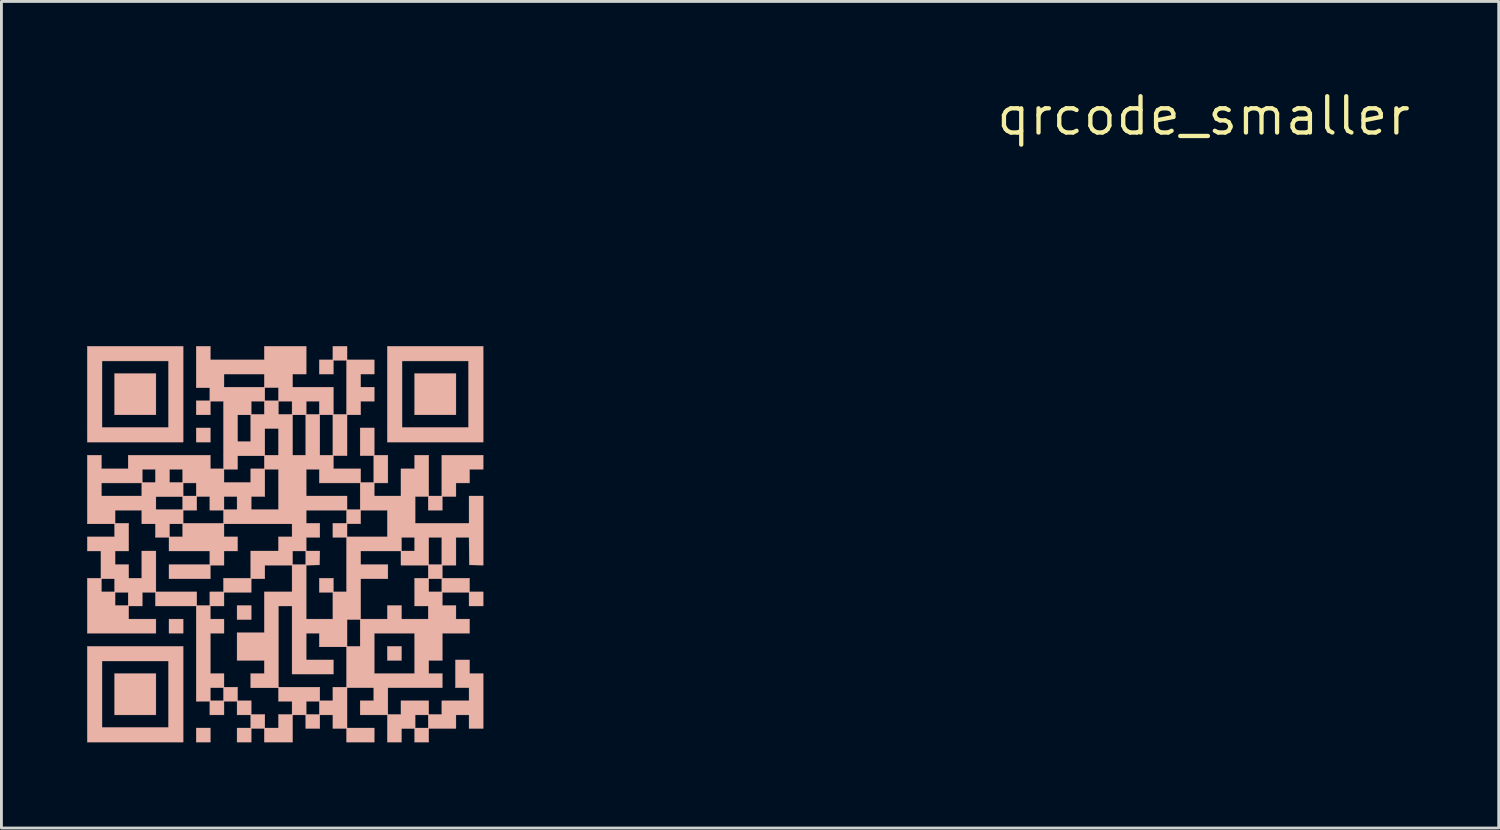
<source format=kicad_pcb>
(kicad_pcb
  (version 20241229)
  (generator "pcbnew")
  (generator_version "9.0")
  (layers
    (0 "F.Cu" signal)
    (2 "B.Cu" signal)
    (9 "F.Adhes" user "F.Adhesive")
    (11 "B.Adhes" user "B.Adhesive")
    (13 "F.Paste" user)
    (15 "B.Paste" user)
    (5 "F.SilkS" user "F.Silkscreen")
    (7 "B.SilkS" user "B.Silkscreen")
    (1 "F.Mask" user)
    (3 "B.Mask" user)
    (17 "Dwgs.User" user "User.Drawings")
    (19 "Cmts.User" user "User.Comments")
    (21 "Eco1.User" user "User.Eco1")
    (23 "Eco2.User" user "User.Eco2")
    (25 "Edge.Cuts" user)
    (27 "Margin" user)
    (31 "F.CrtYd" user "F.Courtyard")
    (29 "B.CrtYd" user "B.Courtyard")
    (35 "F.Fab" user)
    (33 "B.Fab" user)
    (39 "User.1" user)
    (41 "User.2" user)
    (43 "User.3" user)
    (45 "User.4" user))
  (footprint "qrcode_smaller"
    (layer "F.Cu")
    (at 39.057 1.006)
    (property "Reference" "qrcode_smaller" (at 0 0 0) (layer "F.SilkS") (effects (font (size 1.27 1.27) (thickness 0.15))))
    (attr through_hole)
    (fp_poly (pts (xy -36.652 10.458) (xy -38.1 10.458) (xy -38.1 9.011) (xy -36.652 9.011) (xy -36.652 10.458)) (stroke (width 0.01) (type solid)) (fill yes) (layer "B.SilkS"))
    (fp_poly (pts (xy -36.652 20.955) (xy -38.1 20.955) (xy -38.1 19.507) (xy -36.652 19.507) (xy -36.652 20.955)) (stroke (width 0.01) (type solid)) (fill yes) (layer "B.SilkS"))
    (fp_poly (pts (xy -35.7 18.098) (xy -36.195 18.098) (xy -36.195 17.602) (xy -35.7 17.602) (xy -35.7 18.098)) (stroke (width 0.01) (type solid)) (fill yes) (layer "B.SilkS"))
    (fp_poly (pts (xy -34.747 11.411) (xy -35.243 11.411) (xy -35.243 10.916) (xy -34.747 10.916) (xy -34.747 11.411)) (stroke (width 0.01) (type solid)) (fill yes) (layer "B.SilkS"))
    (fp_poly (pts (xy -34.747 21.907) (xy -35.243 21.907) (xy -35.243 21.412) (xy -34.747 21.412) (xy -34.747 21.907)) (stroke (width 0.01) (type solid)) (fill yes) (layer "B.SilkS"))
    (fp_poly (pts (xy -33.318 17.621) (xy -33.814 17.621) (xy -33.814 17.126) (xy -33.318 17.126) (xy -33.318 17.621)) (stroke (width 0.01) (type solid)) (fill yes) (layer "B.SilkS"))
    (fp_poly (pts (xy -28.061 19.05) (xy -28.556 19.05) (xy -28.556 18.555) (xy -28.061 18.555) (xy -28.061 19.05)) (stroke (width 0.01) (type solid)) (fill yes) (layer "B.SilkS"))
    (fp_poly (pts (xy -26.156 10.458) (xy -27.603 10.458) (xy -27.603 9.011) (xy -26.156 9.011) (xy -26.156 10.458)) (stroke (width 0.01) (type solid)) (fill yes) (layer "B.SilkS"))
    (fp_poly (pts (xy -35.7 11.411) (xy -39.053 11.411) (xy -39.053 8.572) (xy -38.538 8.572) (xy -38.538 10.897) (xy -36.214 10.897) (xy -36.214 8.572) (xy -38.538 8.572) (xy -39.053 8.572) (xy -39.053 8.058) (xy -35.7 8.058) (xy -35.7 11.411)) (stroke (width 0.01) (type solid)) (fill yes) (layer "B.SilkS"))
    (fp_poly (pts (xy -35.7 21.907) (xy -39.053 21.907) (xy -39.053 19.069) (xy -38.538 19.069) (xy -38.538 21.393) (xy -36.214 21.393) (xy -36.214 19.069) (xy -38.538 19.069) (xy -39.053 19.069) (xy -39.053 18.555) (xy -35.7 18.555) (xy -35.7 21.907)) (stroke (width 0.01) (type solid)) (fill yes) (layer "B.SilkS"))
    (fp_poly (pts (xy -25.203 11.411) (xy -28.556 11.411) (xy -28.556 8.572) (xy -28.042 8.572) (xy -28.042 10.897) (xy -25.718 10.897) (xy -25.718 8.572) (xy -28.042 8.572) (xy -28.556 8.572) (xy -28.556 8.058) (xy -25.203 8.058) (xy -25.203 11.411)) (stroke (width 0.01) (type solid)) (fill yes) (layer "B.SilkS"))
    (fp_poly (pts (xy -34.747 8.534) (xy -32.861 8.534) (xy -32.861 8.058) (xy -31.394 8.058) (xy -31.394 9.03) (xy -31.871 9.03) (xy -31.871 9.487) (xy -30.442 9.487) (xy -30.442 10.439) (xy -29.985 10.439) (xy -29.985 8.553) (xy -30.442 8.553) (xy -30.442 9.03) (xy -30.937 9.03) (xy -30.937 8.534) (xy -30.461 8.534) (xy -30.461 8.058) (xy -29.966 8.058) (xy -29.966 8.534) (xy -29.013 8.534) (xy -29.013 9.03) (xy -29.489 9.03) (xy -29.489 9.487) (xy -29.013 9.487) (xy -29.013 9.982) (xy -29.489 9.982) (xy -29.489 10.458) (xy -29.966 10.458) (xy -29.966 11.887) (xy -30.442 11.887) (xy -30.442 12.344) (xy -29.489 12.344) (xy -29.489 12.821) (xy -29.032 12.821) (xy -29.032 11.887) (xy -29.508 11.887) (xy -29.508 10.916) (xy -29.013 10.916) (xy -29.013 11.868) (xy -28.537 11.868) (xy -28.537 12.84) (xy -29.013 12.84) (xy -29.013 13.297) (xy -28.08 13.297) (xy -28.08 12.344) (xy -27.603 12.344) (xy -27.603 11.868) (xy -27.108 11.868) (xy -27.108 13.297) (xy -26.651 13.297) (xy -26.651 11.868) (xy -25.203 11.868) (xy -25.203 12.363) (xy -25.679 12.363) (xy -25.679 12.84) (xy -26.156 12.84) (xy -26.156 13.316) (xy -26.632 13.316) (xy -26.632 13.792) (xy -27.127 13.792) (xy -27.127 13.316) (xy -27.584 13.316) (xy -27.584 14.249) (xy -25.698 14.249) (xy -25.698 13.297) (xy -25.203 13.297) (xy -25.203 15.717) (xy -25.689 15.707) (xy -25.694 15.226) (xy -25.699 14.745) (xy -26.156 14.745) (xy -26.156 15.716) (xy -26.632 15.716) (xy -26.632 16.173) (xy -25.679 16.173) (xy -25.679 16.65) (xy -25.203 16.65) (xy -25.203 17.145) (xy -25.698 17.145) (xy -25.698 16.669) (xy -26.632 16.669) (xy -26.632 17.126) (xy -26.156 17.126) (xy -26.156 17.602) (xy -25.679 17.602) (xy -25.679 18.098) (xy -26.632 18.098) (xy -26.632 19.05) (xy -27.108 19.05) (xy -27.108 19.507) (xy -26.632 19.507) (xy -26.632 20.003) (xy -28.537 20.003) (xy -28.537 20.936) (xy -28.08 20.936) (xy -28.08 20.46) (xy -27.108 20.46) (xy -27.108 20.936) (xy -26.651 20.936) (xy -26.651 20.46) (xy -25.698 20.46) (xy -25.698 20.003) (xy -26.175 20.003) (xy -26.175 19.031) (xy -25.679 19.031) (xy -25.679 19.507) (xy -25.203 19.507) (xy -25.203 21.431) (xy -25.698 21.431) (xy -25.698 20.955) (xy -26.156 20.955) (xy -26.156 21.431) (xy -27.108 21.431) (xy -27.108 21.907) (xy -27.603 21.907) (xy -27.603 21.431) (xy -28.061 21.431) (xy -28.061 21.907) (xy -28.556 21.907) (xy -28.556 20.955) (xy -27.584 20.955) (xy -27.584 21.412) (xy -27.127 21.412) (xy -27.127 20.955) (xy -27.584 20.955) (xy -28.556 20.955) (xy -29.508 20.955) (xy -29.508 20.46) (xy -29.032 20.46) (xy -29.032 20.003) (xy -29.966 20.003) (xy -29.966 21.412) (xy -29.013 21.412) (xy -29.013 21.907) (xy -29.985 21.907) (xy -29.985 21.431) (xy -30.461 21.431) (xy -30.461 20.955) (xy -30.918 20.955) (xy -30.918 21.431) (xy -31.413 21.431) (xy -31.413 20.955) (xy -31.871 20.955) (xy -31.871 21.907) (xy -32.861 21.907) (xy -32.861 21.431) (xy -33.318 21.431) (xy -33.318 21.907) (xy -33.814 21.907) (xy -33.814 21.412) (xy -33.337 21.412) (xy -33.337 20.955) (xy -33.814 20.955) (xy -33.814 20.479) (xy -34.271 20.479) (xy -34.271 20.955) (xy -34.766 20.955) (xy -34.766 20.479) (xy -35.243 20.479) (xy -35.243 20.003) (xy -34.747 20.003) (xy -34.747 20.46) (xy -34.29 20.46) (xy -34.29 20.003) (xy -34.747 20.003) (xy -35.243 20.003) (xy -35.243 17.145) (xy -34.747 17.145) (xy -34.747 17.602) (xy -34.271 17.602) (xy -34.271 18.098) (xy -34.747 18.098) (xy -34.747 19.507) (xy -34.271 19.507) (xy -34.271 19.983) (xy -33.795 19.983) (xy -33.795 20.46) (xy -33.318 20.46) (xy -33.318 20.936) (xy -32.842 20.936) (xy -32.842 21.412) (xy -32.366 21.412) (xy -32.366 20.936) (xy -31.89 20.936) (xy -31.89 20.479) (xy -31.394 20.479) (xy -31.394 20.936) (xy -30.937 20.936) (xy -30.937 20.479) (xy -31.394 20.479) (xy -31.89 20.479) (xy -32.366 20.479) (xy -32.366 20.003) (xy -33.337 20.003) (xy -33.337 19.507) (xy -32.861 19.507) (xy -32.861 19.05) (xy -33.814 19.05) (xy -33.814 18.078) (xy -32.861 18.078) (xy -32.861 17.145) (xy -32.366 17.145) (xy -32.366 19.983) (xy -30.918 19.983) (xy -30.918 20.46) (xy -30.461 20.46) (xy -30.461 19.983) (xy -29.985 19.983) (xy -29.985 18.574) (xy -30.937 18.574) (xy -30.937 18.098) (xy -31.394 18.098) (xy -31.394 19.031) (xy -30.442 19.031) (xy -30.442 19.526) (xy -31.89 19.526) (xy -31.89 17.621) (xy -29.966 17.621) (xy -29.966 18.555) (xy -29.508 18.555) (xy -29.508 18.098) (xy -29.013 18.098) (xy -29.013 19.507) (xy -27.603 19.507) (xy -27.603 18.098) (xy -29.013 18.098) (xy -29.508 18.098) (xy -29.508 17.621) (xy -29.966 17.621) (xy -31.89 17.621) (xy -31.89 17.145) (xy -32.366 17.145) (xy -32.861 17.145) (xy -32.861 16.65) (xy -31.89 16.65) (xy -31.89 15.716) (xy -32.842 15.716) (xy -32.842 16.192) (xy -33.318 16.192) (xy -33.318 16.669) (xy -34.271 16.669) (xy -34.271 17.145) (xy -34.747 17.145) (xy -35.243 17.145) (xy -36.671 17.145) (xy -36.671 16.669) (xy -37.128 16.669) (xy -37.128 17.145) (xy -37.605 17.145) (xy -37.605 17.602) (xy -36.652 17.602) (xy -36.652 18.098) (xy -39.053 18.098) (xy -39.053 16.669) (xy -38.081 16.669) (xy -38.081 17.126) (xy -37.624 17.126) (xy -37.624 16.669) (xy -38.081 16.669) (xy -39.053 16.669) (xy -39.053 16.192) (xy -38.557 16.192) (xy -38.557 16.65) (xy -38.1 16.65) (xy -38.1 16.192) (xy -38.557 16.192) (xy -39.053 16.192) (xy -39.053 16.173) (xy -38.576 16.173) (xy -38.576 15.221) (xy -39.053 15.221) (xy -39.053 14.726) (xy -38.1 14.726) (xy -38.1 14.268) (xy -39.053 14.268) (xy -39.053 13.792) (xy -38.081 13.792) (xy -38.081 14.249) (xy -37.605 14.249) (xy -37.605 15.221) (xy -38.081 15.221) (xy -38.081 15.697) (xy -37.605 15.697) (xy -37.605 16.173) (xy -37.148 16.173) (xy -37.148 15.221) (xy -36.652 15.221) (xy -36.652 16.65) (xy -35.223 16.65) (xy -35.223 17.126) (xy -34.766 17.126) (xy -34.766 16.65) (xy -34.29 16.65) (xy -34.29 16.173) (xy -33.337 16.173) (xy -33.337 15.221) (xy -32.366 15.221) (xy -31.871 15.221) (xy -31.871 15.697) (xy -31.413 15.697) (xy -31.413 15.221) (xy -31.871 15.221) (xy -32.366 15.221) (xy -32.366 14.726) (xy -31.89 14.726) (xy -31.89 14.268) (xy -34.271 14.268) (xy -34.271 14.726) (xy -33.795 14.726) (xy -33.795 15.221) (xy -34.271 15.221) (xy -34.271 15.716) (xy -34.747 15.716) (xy -34.747 16.192) (xy -36.195 16.192) (xy -36.195 15.697) (xy -34.766 15.697) (xy -34.766 15.221) (xy -36.195 15.221) (xy -36.195 14.745) (xy -36.671 14.745) (xy -36.671 14.268) (xy -36.176 14.268) (xy -36.176 14.726) (xy -35.719 14.726) (xy -35.719 14.268) (xy -36.176 14.268) (xy -36.671 14.268) (xy -37.148 14.268) (xy -37.148 13.792) (xy -35.7 13.792) (xy -35.7 14.249) (xy -34.29 14.249) (xy -34.29 13.792) (xy -31.394 13.792) (xy -31.394 14.249) (xy -30.918 14.249) (xy -30.918 14.745) (xy -31.394 14.745) (xy -31.394 15.221) (xy -30.917 15.221) (xy -30.928 15.707) (xy -31.161 15.712) (xy -31.394 15.717) (xy -31.394 17.602) (xy -30.461 17.602) (xy -30.461 16.669) (xy -30.937 16.669) (xy -30.937 16.173) (xy -30.442 16.173) (xy -30.442 16.65) (xy -29.985 16.65) (xy -29.985 15.221) (xy -29.489 15.221) (xy -29.489 15.697) (xy -28.537 15.697) (xy -28.537 16.192) (xy -29.489 16.192) (xy -29.489 17.602) (xy -28.556 17.602) (xy -28.556 17.126) (xy -28.061 17.126) (xy -28.061 17.602) (xy -27.127 17.602) (xy -27.127 17.145) (xy -27.603 17.145) (xy -27.603 16.192) (xy -27.108 16.192) (xy -27.108 16.65) (xy -26.651 16.65) (xy -26.651 16.192) (xy -27.108 16.192) (xy -27.603 16.192) (xy -27.603 16.173) (xy -27.127 16.173) (xy -27.127 15.716) (xy -28.08 15.716) (xy -28.08 15.221) (xy -29.489 15.221) (xy -29.985 15.221) (xy -29.985 14.745) (xy -28.061 14.745) (xy -28.061 15.221) (xy -27.603 15.221) (xy -27.603 14.745) (xy -27.108 14.745) (xy -27.108 15.697) (xy -26.651 15.697) (xy -26.651 14.745) (xy -27.108 14.745) (xy -27.603 14.745) (xy -28.061 14.745) (xy -29.985 14.745) (xy -30.461 14.745) (xy -30.461 14.268) (xy -29.966 14.268) (xy -29.966 14.726) (xy -28.556 14.726) (xy -28.556 13.792) (xy -29.489 13.792) (xy -29.489 14.268) (xy -29.966 14.268) (xy -30.461 14.268) (xy -30.461 14.249) (xy -29.985 14.249) (xy -29.985 13.792) (xy -31.394 13.792) (xy -34.29 13.792) (xy -34.766 13.792) (xy -34.766 13.316) (xy -34.271 13.316) (xy -34.271 13.773) (xy -33.814 13.773) (xy -33.814 13.316) (xy -33.318 13.316) (xy -33.318 13.773) (xy -32.366 13.773) (xy -32.366 12.363) (xy -31.394 12.363) (xy -31.394 13.297) (xy -29.966 13.297) (xy -29.966 13.773) (xy -29.508 13.773) (xy -29.508 12.84) (xy -30.937 12.84) (xy -30.937 12.363) (xy -31.394 12.363) (xy -32.366 12.363) (xy -32.842 12.363) (xy -32.842 13.316) (xy -33.318 13.316) (xy -33.814 13.316) (xy -34.271 13.316) (xy -34.766 13.316) (xy -35.223 13.316) (xy -35.223 13.792) (xy -35.7 13.792) (xy -37.148 13.792) (xy -38.081 13.792) (xy -39.053 13.792) (xy -39.053 13.316) (xy -36.652 13.316) (xy -36.652 13.773) (xy -35.719 13.773) (xy -35.719 13.316) (xy -36.652 13.316) (xy -39.053 13.316) (xy -39.053 12.84) (xy -38.557 12.84) (xy -38.557 13.297) (xy -37.148 13.297) (xy -37.148 12.84) (xy -35.7 12.84) (xy -35.7 13.297) (xy -35.243 13.297) (xy -35.243 12.84) (xy -35.7 12.84) (xy -37.148 12.84) (xy -38.557 12.84) (xy -39.053 12.84) (xy -39.053 12.363) (xy -37.128 12.363) (xy -37.128 12.821) (xy -36.671 12.821) (xy -36.671 12.363) (xy -36.176 12.363) (xy -36.176 12.821) (xy -35.719 12.821) (xy -35.719 12.363) (xy -34.271 12.363) (xy -34.271 12.821) (xy -33.337 12.821) (xy -33.337 12.344) (xy -32.861 12.344) (xy -32.861 11.887) (xy -33.795 11.887) (xy -33.795 12.363) (xy -34.271 12.363) (xy -35.719 12.363) (xy -36.176 12.363) (xy -36.671 12.363) (xy -37.128 12.363) (xy -39.053 12.363) (xy -39.053 11.868) (xy -38.557 11.868) (xy -38.557 12.344) (xy -37.624 12.344) (xy -37.624 11.868) (xy -34.747 11.868) (xy -34.747 12.344) (xy -34.29 12.344) (xy -34.29 10.458) (xy -33.795 10.458) (xy -33.795 11.392) (xy -33.337 11.392) (xy -33.337 10.935) (xy -32.842 10.935) (xy -32.842 11.868) (xy -32.366 11.868) (xy -32.366 10.935) (xy -32.842 10.935) (xy -33.337 10.935) (xy -33.337 10.458) (xy -31.871 10.458) (xy -31.871 11.868) (xy -31.413 11.868) (xy -31.413 10.458) (xy -30.918 10.458) (xy -30.918 11.868) (xy -30.461 11.868) (xy -30.461 10.458) (xy -30.918 10.458) (xy -31.413 10.458) (xy -31.871 10.458) (xy -33.337 10.458) (xy -33.795 10.458) (xy -34.29 10.458) (xy -34.29 9.982) (xy -33.318 9.982) (xy -33.318 10.439) (xy -32.861 10.439) (xy -32.861 9.982) (xy -32.366 9.982) (xy -32.366 10.439) (xy -31.89 10.439) (xy -31.89 9.982) (xy -31.394 9.982) (xy -31.394 10.439) (xy -30.937 10.439) (xy -30.937 9.982) (xy -31.394 9.982) (xy -31.89 9.982) (xy -32.366 9.982) (xy -32.861 9.982) (xy -33.318 9.982) (xy -34.29 9.982) (xy -34.747 9.982) (xy -34.747 10.458) (xy -35.243 10.458) (xy -35.243 9.963) (xy -34.766 9.963) (xy -34.766 9.506) (xy -32.842 9.506) (xy -32.842 9.963) (xy -32.366 9.963) (xy -32.366 9.506) (xy -32.842 9.506) (xy -34.766 9.506) (xy -35.243 9.506) (xy -35.243 9.03) (xy -34.271 9.03) (xy -34.271 9.487) (xy -32.861 9.487) (xy -32.861 9.03) (xy -34.271 9.03) (xy -35.243 9.03) (xy -35.243 8.058) (xy -34.747 8.058) (xy -34.747 8.534)) (stroke (width 0.01) (type solid)) (fill yes) (layer "B.SilkS")))
  (gr_rect
    (start -3 -3)
    (end 49.382 25.919)
    (stroke (width 0.1) (type default))
    (fill no)
    (layer "Edge.Cuts")))
</source>
